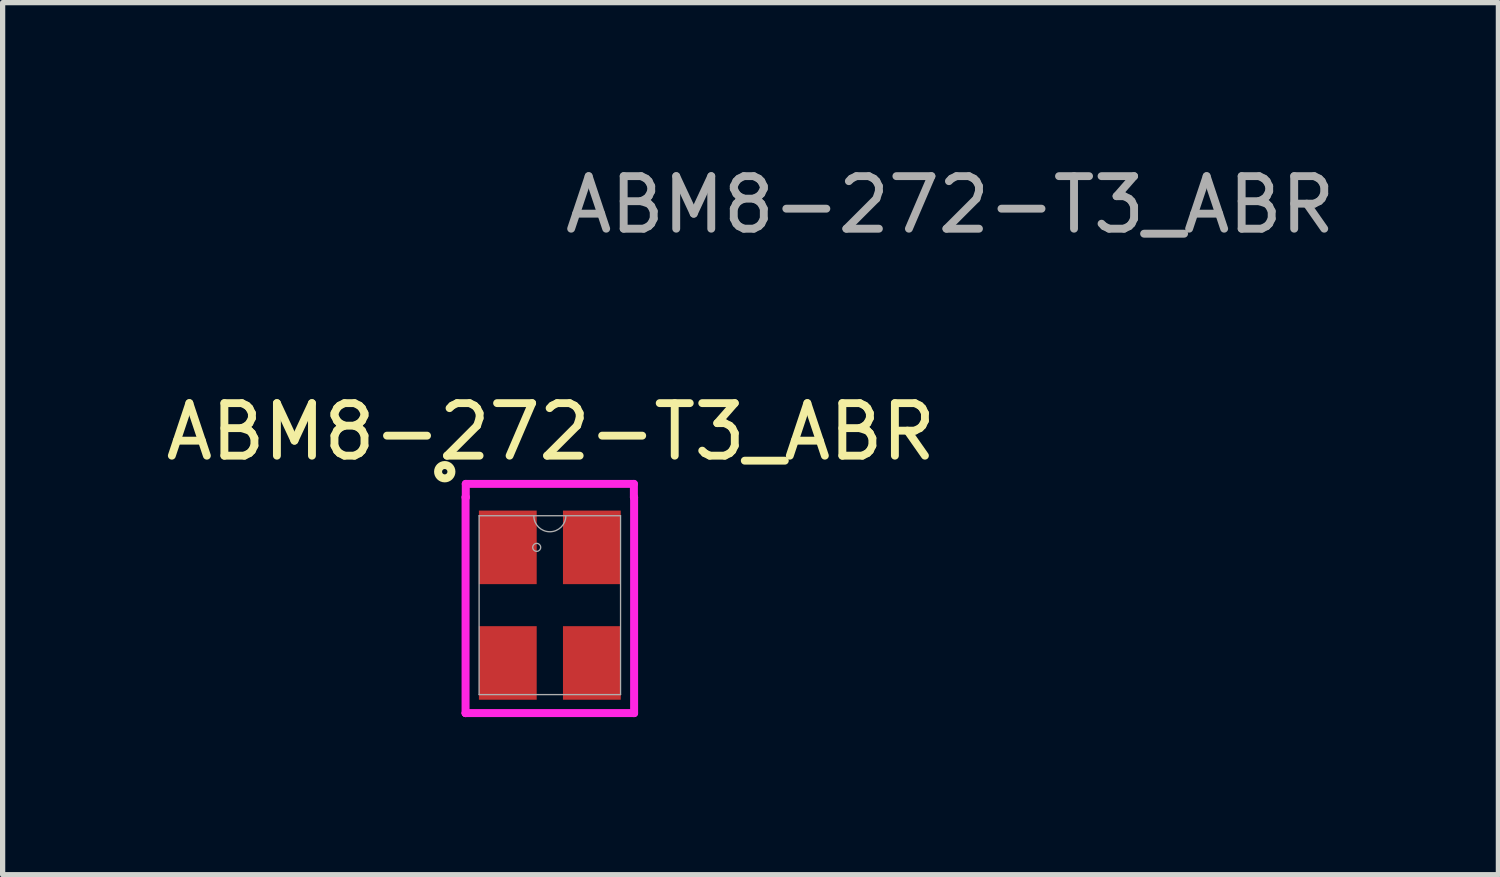
<source format=kicad_pcb>
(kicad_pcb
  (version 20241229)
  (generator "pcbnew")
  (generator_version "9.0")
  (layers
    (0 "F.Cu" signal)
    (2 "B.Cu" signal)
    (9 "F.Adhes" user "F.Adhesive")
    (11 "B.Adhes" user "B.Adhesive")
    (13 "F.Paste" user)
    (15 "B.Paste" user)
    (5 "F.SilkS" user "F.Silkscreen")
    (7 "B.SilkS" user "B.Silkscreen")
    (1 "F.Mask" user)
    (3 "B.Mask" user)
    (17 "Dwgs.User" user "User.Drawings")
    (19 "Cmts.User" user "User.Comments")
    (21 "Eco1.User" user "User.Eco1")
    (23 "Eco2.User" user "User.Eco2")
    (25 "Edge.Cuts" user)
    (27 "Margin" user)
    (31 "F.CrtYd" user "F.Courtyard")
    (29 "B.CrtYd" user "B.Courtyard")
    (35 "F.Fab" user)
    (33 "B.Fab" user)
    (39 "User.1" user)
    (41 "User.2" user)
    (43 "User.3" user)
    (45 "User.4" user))
  (footprint "ABM8-272-T3_ABR"
    (layer "F.Cu")
    (at 7.415 8.468)
    (property "Reference" "ABM8-272-T3_ABR" (at 0.02 -3.3 0) (unlocked yes) (layer "F.SilkS") (effects (font (size 1 1) (thickness 0.15))))
    (attr smd)
    (fp_circle (center -2 -2.54) (end -1.873 -2.54) (stroke (width 0.152) (type solid)) (fill no) (layer "F.SilkS"))
    (fp_line (start -1.604 -2.054) (end -1.6 -2.054) (stroke (width 0.152) (type solid)) (layer "F.CrtYd"))
    (fp_line (start -1.604 2.054) (end -1.604 -2.054) (stroke (width 0.152) (type solid)) (layer "F.CrtYd"))
    (fp_line (start -1.604 2.054) (end -1.6 2.054) (stroke (width 0.152) (type solid)) (layer "F.CrtYd"))
    (fp_line (start -1.6 -2.308) (end 1.6 -2.308) (stroke (width 0.152) (type solid)) (layer "F.CrtYd"))
    (fp_line (start -1.6 -2.054) (end -1.6 -2.308) (stroke (width 0.152) (type solid)) (layer "F.CrtYd"))
    (fp_line (start -1.6 2.054) (end -1.6 2.054) (stroke (width 0.152) (type solid)) (layer "F.CrtYd"))
    (fp_line (start 1.6 -2.308) (end 1.6 -2.054) (stroke (width 0.152) (type solid)) (layer "F.CrtYd"))
    (fp_line (start 1.6 2.054) (end -1.6 2.054) (stroke (width 0.152) (type solid)) (layer "F.CrtYd"))
    (fp_line (start 1.6 2.054) (end 1.6 2.054) (stroke (width 0.152) (type solid)) (layer "F.CrtYd"))
    (fp_line (start 1.604 -2.054) (end 1.6 -2.054) (stroke (width 0.152) (type solid)) (layer "F.CrtYd"))
    (fp_line (start 1.604 -2.054) (end 1.604 2.054) (stroke (width 0.152) (type solid)) (layer "F.CrtYd"))
    (fp_line (start 1.604 2.054) (end 1.6 2.054) (stroke (width 0.152) (type solid)) (layer "F.CrtYd"))
    (fp_line (start -1.346 -1.702) (end -1.346 1.702) (stroke (width 0.025) (type solid)) (layer "F.Fab"))
    (fp_line (start -1.346 1.702) (end 1.346 1.702) (stroke (width 0.025) (type solid)) (layer "F.Fab"))
    (fp_line (start 1.346 -1.702) (end -1.346 -1.702) (stroke (width 0.025) (type solid)) (layer "F.Fab"))
    (fp_line (start 1.346 1.702) (end 1.346 -1.702) (stroke (width 0.025) (type solid)) (layer "F.Fab"))
    (fp_arc (start 0.3048 -1.7018) (mid 0 -1.397) (end -0.3048 -1.7018) (stroke (width 0.0254) (type solid)) (layer "F.Fab"))
    (fp_circle (center -0.25 -1.1) (end -0.174 -1.1) (stroke (width 0.025) (type solid)) (fill no) (layer "F.Fab"))
    (fp_text user "${REFERENCE}" (at 7.62 -7.62 0) (unlocked yes) (layer "F.Fab") (effects (font (size 1 1) (thickness 0.15))))
    (pad "1" smd rect (at -0.8 -1.1) (size 1.1 1.4) (layers "F.Cu" "F.Mask" "F.Paste"))
    (pad "2" smd rect (at -0.8 1.1) (size 1.1 1.4) (layers "F.Cu" "F.Mask" "F.Paste"))
    (pad "3" smd rect (at 0.8 1.1) (size 1.1 1.4) (layers "F.Cu" "F.Mask" "F.Paste"))
    (pad "4" smd rect (at 0.8 -1.1) (size 1.1 1.4) (layers "F.Cu" "F.Mask" "F.Paste")))
  (gr_rect
    (start -3 -3)
    (end 25.469 13.598)
    (stroke (width 0.1) (type default))
    (fill no)
    (layer "Edge.Cuts")))
</source>
